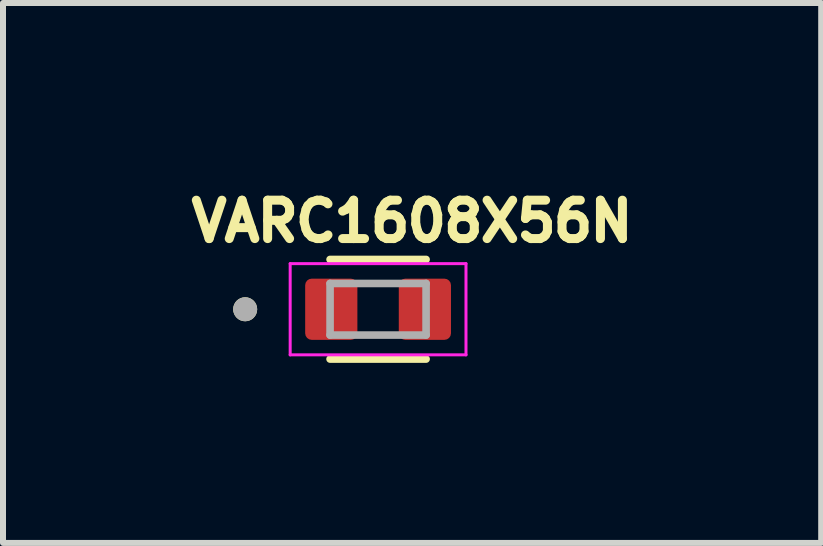
<source format=kicad_pcb>
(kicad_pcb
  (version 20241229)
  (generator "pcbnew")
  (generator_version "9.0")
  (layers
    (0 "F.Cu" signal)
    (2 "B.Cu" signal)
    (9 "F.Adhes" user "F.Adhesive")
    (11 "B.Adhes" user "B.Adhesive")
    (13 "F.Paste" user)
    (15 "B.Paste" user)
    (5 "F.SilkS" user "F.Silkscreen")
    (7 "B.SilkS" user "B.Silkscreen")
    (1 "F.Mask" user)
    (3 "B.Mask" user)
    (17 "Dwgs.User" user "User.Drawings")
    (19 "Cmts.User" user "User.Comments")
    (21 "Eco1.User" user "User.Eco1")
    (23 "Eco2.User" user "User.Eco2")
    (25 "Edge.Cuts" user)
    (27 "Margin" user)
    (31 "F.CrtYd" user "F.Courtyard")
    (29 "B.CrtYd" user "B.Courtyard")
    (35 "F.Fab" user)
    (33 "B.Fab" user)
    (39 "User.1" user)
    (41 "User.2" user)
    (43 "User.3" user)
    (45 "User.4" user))
  (footprint "VARC1608X56N"
    (layer "F.Cu")
    (at 3.251 2.104)
    (property "Reference" "VARC1608X56N" (at 0.567 -1.466 0) (layer "F.SilkS") (effects (font (size 0.64 0.64) (thickness 0.15))))
    (attr smd)
    (fp_line (start -0.8 -0.83) (end 0.8 -0.83) (stroke (width 0.127) (type solid)) (layer "F.SilkS"))
    (fp_line (start -0.8 0.83) (end 0.8 0.83) (stroke (width 0.127) (type solid)) (layer "F.SilkS"))
    (fp_circle (center -2.215 0) (end -2.115 0) (stroke (width 0.2) (type solid)) (fill no) (layer "F.SilkS"))
    (fp_line (start -1.465 -0.76) (end -1.465 0.76) (stroke (width 0.05) (type solid)) (layer "F.CrtYd"))
    (fp_line (start -1.465 0.76) (end 1.465 0.76) (stroke (width 0.05) (type solid)) (layer "F.CrtYd"))
    (fp_line (start 1.465 -0.76) (end -1.465 -0.76) (stroke (width 0.05) (type solid)) (layer "F.CrtYd"))
    (fp_line (start 1.465 0.76) (end 1.465 -0.76) (stroke (width 0.05) (type solid)) (layer "F.CrtYd"))
    (fp_line (start -0.8 -0.43) (end 0.8 -0.43) (stroke (width 0.127) (type solid)) (layer "F.Fab"))
    (fp_line (start -0.8 0.43) (end -0.8 -0.43) (stroke (width 0.127) (type solid)) (layer "F.Fab"))
    (fp_line (start 0.8 -0.43) (end 0.8 0.43) (stroke (width 0.127) (type solid)) (layer "F.Fab"))
    (fp_line (start 0.8 0.43) (end -0.8 0.43) (stroke (width 0.127) (type solid)) (layer "F.Fab"))
    (fp_circle (center -2.215 0) (end -2.115 0) (stroke (width 0.2) (type solid)) (fill no) (layer "F.Fab"))
    (pad "1" smd roundrect (at -0.78 0) (size 0.87 1.02) (layers "F.Cu" "F.Mask" "F.Paste") (roundrect_rratio 0.125))
    (pad "2" smd roundrect (at 0.78 0) (size 0.87 1.02) (layers "F.Cu" "F.Mask" "F.Paste") (roundrect_rratio 0.125)))
  (gr_rect
    (start -3 -3)
    (end 10.636 5.998)
    (stroke (width 0.1) (type default))
    (fill no)
    (layer "Edge.Cuts")))
</source>
